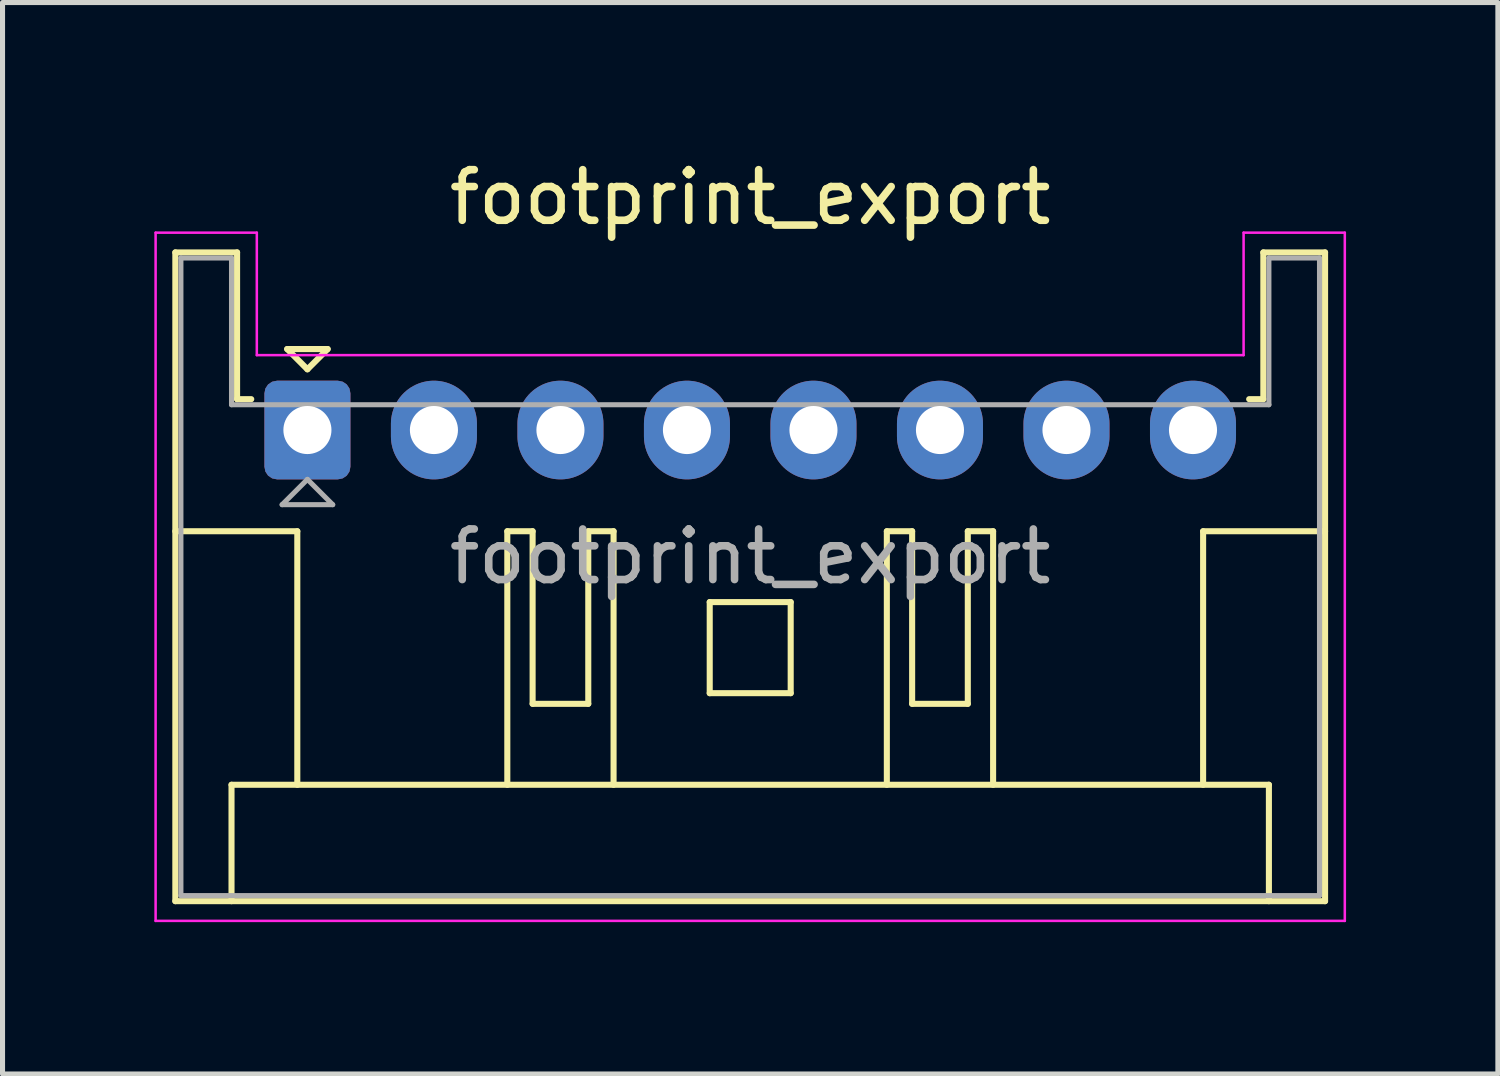
<source format=kicad_pcb>
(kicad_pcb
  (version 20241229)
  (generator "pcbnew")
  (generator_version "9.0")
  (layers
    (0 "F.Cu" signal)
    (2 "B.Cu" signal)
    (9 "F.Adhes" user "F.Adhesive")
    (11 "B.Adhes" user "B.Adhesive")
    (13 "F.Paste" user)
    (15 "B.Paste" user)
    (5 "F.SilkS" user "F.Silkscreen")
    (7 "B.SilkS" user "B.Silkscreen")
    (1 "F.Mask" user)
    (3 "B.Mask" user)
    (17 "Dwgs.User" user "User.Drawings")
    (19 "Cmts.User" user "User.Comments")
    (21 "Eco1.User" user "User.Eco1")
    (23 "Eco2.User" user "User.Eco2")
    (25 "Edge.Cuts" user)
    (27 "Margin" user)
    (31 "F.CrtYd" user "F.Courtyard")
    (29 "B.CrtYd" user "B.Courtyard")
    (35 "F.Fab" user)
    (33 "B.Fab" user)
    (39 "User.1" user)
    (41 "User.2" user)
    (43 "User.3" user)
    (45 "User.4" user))
  (footprint "footprint_export"
    (layer "F.Cu")
    (at 3.025 5.448)
    (property "Reference" "footprint_export" (at 8.75 -4.6 0) (layer "F.SilkS") (effects (font (size 1 1) (thickness 0.15))))
    (attr through_hole)
    (fp_line (start -2.61 -3.51) (end -2.61 9.31) (stroke (width 0.12) (type solid)) (layer "F.SilkS"))
    (fp_line (start -2.61 9.31) (end 20.11 9.31) (stroke (width 0.12) (type solid)) (layer "F.SilkS"))
    (fp_line (start -1.5 7.01) (end 19 7.01) (stroke (width 0.12) (type solid)) (layer "F.SilkS"))
    (fp_line (start -1.5 9.31) (end -1.5 7.01) (stroke (width 0.12) (type solid)) (layer "F.SilkS"))
    (fp_line (start -1.39 -3.51) (end -2.61 -3.51) (stroke (width 0.12) (type solid)) (layer "F.SilkS"))
    (fp_line (start -1.39 -0.61) (end -1.39 -3.51) (stroke (width 0.12) (type solid)) (layer "F.SilkS"))
    (fp_line (start -1.11 -0.61) (end -1.39 -0.61) (stroke (width 0.12) (type solid)) (layer "F.SilkS"))
    (fp_line (start -0.4 -1.6) (end 0.4 -1.6) (stroke (width 0.12) (type solid)) (layer "F.SilkS"))
    (fp_line (start -0.2 2) (end -2.61 2) (stroke (width 0.12) (type solid)) (layer "F.SilkS"))
    (fp_line (start -0.2 7.01) (end -0.2 2) (stroke (width 0.12) (type solid)) (layer "F.SilkS"))
    (fp_line (start 0 -1.2) (end -0.4 -1.6) (stroke (width 0.12) (type solid)) (layer "F.SilkS"))
    (fp_line (start 0.4 -1.6) (end 0 -1.2) (stroke (width 0.12) (type solid)) (layer "F.SilkS"))
    (fp_line (start 3.95 2) (end 3.95 7.01) (stroke (width 0.12) (type solid)) (layer "F.SilkS"))
    (fp_line (start 4.45 2) (end 3.95 2) (stroke (width 0.12) (type solid)) (layer "F.SilkS"))
    (fp_line (start 4.45 5.41) (end 4.45 2) (stroke (width 0.12) (type solid)) (layer "F.SilkS"))
    (fp_line (start 5.55 2) (end 5.55 5.41) (stroke (width 0.12) (type solid)) (layer "F.SilkS"))
    (fp_line (start 5.55 5.41) (end 4.45 5.41) (stroke (width 0.12) (type solid)) (layer "F.SilkS"))
    (fp_line (start 6.05 2) (end 5.55 2) (stroke (width 0.12) (type solid)) (layer "F.SilkS"))
    (fp_line (start 6.05 7.01) (end 6.05 2) (stroke (width 0.12) (type solid)) (layer "F.SilkS"))
    (fp_line (start 7.95 3.4) (end 9.55 3.4) (stroke (width 0.12) (type solid)) (layer "F.SilkS"))
    (fp_line (start 7.95 5.2) (end 7.95 3.4) (stroke (width 0.12) (type solid)) (layer "F.SilkS"))
    (fp_line (start 9.55 3.4) (end 9.55 5.2) (stroke (width 0.12) (type solid)) (layer "F.SilkS"))
    (fp_line (start 9.55 5.2) (end 7.95 5.2) (stroke (width 0.12) (type solid)) (layer "F.SilkS"))
    (fp_line (start 11.45 2) (end 11.95 2) (stroke (width 0.12) (type solid)) (layer "F.SilkS"))
    (fp_line (start 11.45 7.01) (end 11.45 2) (stroke (width 0.12) (type solid)) (layer "F.SilkS"))
    (fp_line (start 11.95 2) (end 11.95 5.41) (stroke (width 0.12) (type solid)) (layer "F.SilkS"))
    (fp_line (start 11.95 5.41) (end 13.05 5.41) (stroke (width 0.12) (type solid)) (layer "F.SilkS"))
    (fp_line (start 13.05 2) (end 13.55 2) (stroke (width 0.12) (type solid)) (layer "F.SilkS"))
    (fp_line (start 13.05 5.41) (end 13.05 2) (stroke (width 0.12) (type solid)) (layer "F.SilkS"))
    (fp_line (start 13.55 2) (end 13.55 7.01) (stroke (width 0.12) (type solid)) (layer "F.SilkS"))
    (fp_line (start 17.7 2) (end 20.11 2) (stroke (width 0.12) (type solid)) (layer "F.SilkS"))
    (fp_line (start 17.7 7.01) (end 17.7 2) (stroke (width 0.12) (type solid)) (layer "F.SilkS"))
    (fp_line (start 18.89 -3.51) (end 18.89 -0.61) (stroke (width 0.12) (type solid)) (layer "F.SilkS"))
    (fp_line (start 18.89 -0.61) (end 18.61 -0.61) (stroke (width 0.12) (type solid)) (layer "F.SilkS"))
    (fp_line (start 19 7.01) (end 19 9.31) (stroke (width 0.12) (type solid)) (layer "F.SilkS"))
    (fp_line (start 20.11 -3.51) (end 18.89 -3.51) (stroke (width 0.12) (type solid)) (layer "F.SilkS"))
    (fp_line (start 20.11 9.31) (end 20.11 -3.51) (stroke (width 0.12) (type solid)) (layer "F.SilkS"))
    (fp_line (start -3 -3.9) (end -3 9.7) (stroke (width 0.05) (type solid)) (layer "F.CrtYd"))
    (fp_line (start -3 9.7) (end 20.5 9.7) (stroke (width 0.05) (type solid)) (layer "F.CrtYd"))
    (fp_line (start -1 -3.9) (end -3 -3.9) (stroke (width 0.05) (type solid)) (layer "F.CrtYd"))
    (fp_line (start -1 -1.48) (end -1 -3.9) (stroke (width 0.05) (type solid)) (layer "F.CrtYd"))
    (fp_line (start 18.5 -3.9) (end 18.5 -1.48) (stroke (width 0.05) (type solid)) (layer "F.CrtYd"))
    (fp_line (start 18.5 -1.48) (end -1 -1.48) (stroke (width 0.05) (type solid)) (layer "F.CrtYd"))
    (fp_line (start 20.5 -3.9) (end 18.5 -3.9) (stroke (width 0.05) (type solid)) (layer "F.CrtYd"))
    (fp_line (start 20.5 9.7) (end 20.5 -3.9) (stroke (width 0.05) (type solid)) (layer "F.CrtYd"))
    (fp_line (start -2.5 -3.4) (end -2.5 9.2) (stroke (width 0.1) (type solid)) (layer "F.Fab"))
    (fp_line (start -2.5 9.2) (end 20 9.2) (stroke (width 0.1) (type solid)) (layer "F.Fab"))
    (fp_line (start -1.5 -3.4) (end -2.5 -3.4) (stroke (width 0.1) (type solid)) (layer "F.Fab"))
    (fp_line (start -1.5 -0.5) (end -1.5 -3.4) (stroke (width 0.1) (type solid)) (layer "F.Fab"))
    (fp_line (start -0.5 1.475) (end 0.5 1.475) (stroke (width 0.1) (type solid)) (layer "F.Fab"))
    (fp_line (start 0 0.975) (end -0.5 1.475) (stroke (width 0.1) (type solid)) (layer "F.Fab"))
    (fp_line (start 0.5 1.475) (end 0 0.975) (stroke (width 0.1) (type solid)) (layer "F.Fab"))
    (fp_line (start 19 -3.4) (end 19 -0.5) (stroke (width 0.1) (type solid)) (layer "F.Fab"))
    (fp_line (start 19 -0.5) (end -1.5 -0.5) (stroke (width 0.1) (type solid)) (layer "F.Fab"))
    (fp_line (start 20 -3.4) (end 19 -3.4) (stroke (width 0.1) (type solid)) (layer "F.Fab"))
    (fp_line (start 20 9.2) (end 20 -3.4) (stroke (width 0.1) (type solid)) (layer "F.Fab"))
    (fp_text user "${REFERENCE}" (at 8.75 2.5 0) (layer "F.Fab") (effects (font (size 1 1) (thickness 0.15))))
    (pad "1" thru_hole roundrect (at 0 0) (size 1.7 1.95) (drill 0.95) (layers "*.Cu" "*.Mask") (roundrect_rratio 0.147))
    (pad "2" thru_hole oval (at 2.5 0) (size 1.7 1.95) (drill 0.95) (layers "*.Cu" "*.Mask"))
    (pad "3" thru_hole oval (at 5 0) (size 1.7 1.95) (drill 0.95) (layers "*.Cu" "*.Mask"))
    (pad "4" thru_hole oval (at 7.5 0) (size 1.7 1.95) (drill 0.95) (layers "*.Cu" "*.Mask"))
    (pad "5" thru_hole oval (at 10 0) (size 1.7 1.95) (drill 0.95) (layers "*.Cu" "*.Mask"))
    (pad "6" thru_hole oval (at 12.5 0) (size 1.7 1.95) (drill 0.95) (layers "*.Cu" "*.Mask"))
    (pad "7" thru_hole oval (at 15 0) (size 1.7 1.95) (drill 0.95) (layers "*.Cu" "*.Mask"))
    (pad "8" thru_hole oval (at 17.5 0) (size 1.7 1.95) (drill 0.95) (layers "*.Cu" "*.Mask")))
  (gr_rect
    (start -3 -3)
    (end 26.55 18.173)
    (stroke (width 0.1) (type default))
    (fill no)
    (layer "Edge.Cuts")))
</source>
